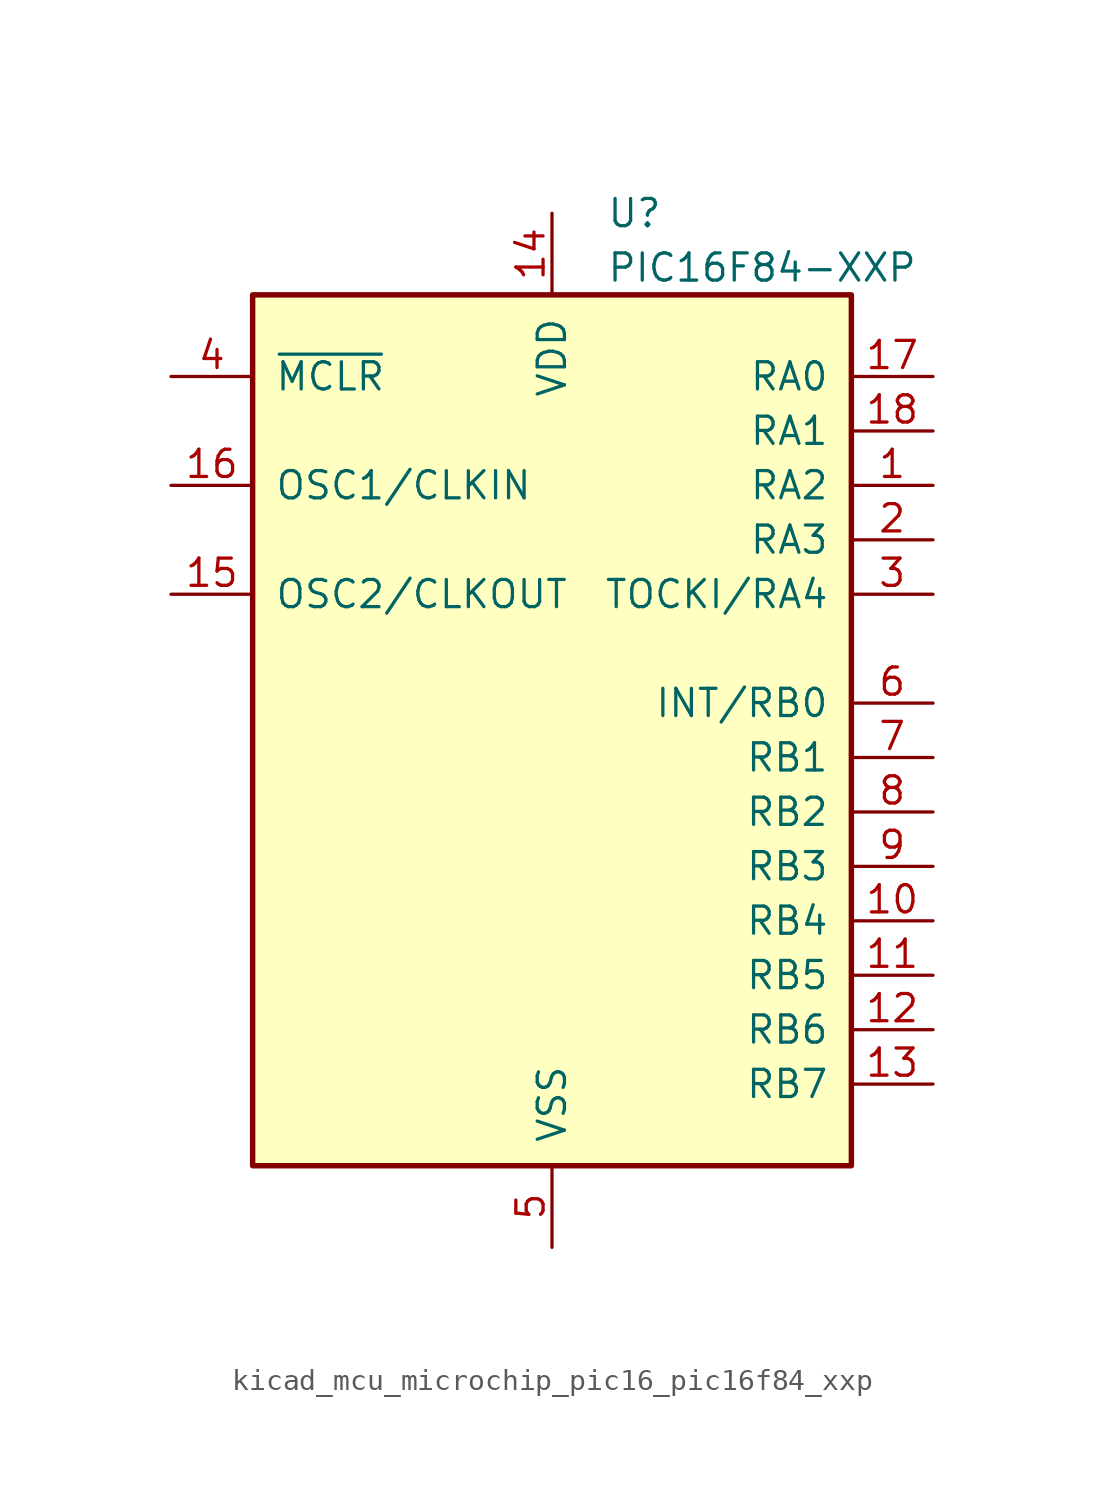
<source format=kicad_sym>
(kicad_symbol_lib
  (version 20220914)
  (generator kicad_symbol_editor)
  (symbol "kicad_mcu_microchip_pic16_pic16f84_xxp"
    (pin_names
      (offset 1.016))
    (property "Reference" "U"
      (at 2.54 22.86 0)
      (effects (font (size 1.27 1.27)) (justify left)))
    (property "Value" "PIC16F84-XXP"
      (at 2.54 20.32 0)
      (effects (font (size 1.27 1.27)) (justify left)))
    (symbol "kicad_mcu_microchip_pic16_pic16f84_xxp_0_1"
      (rectangle (start -13.97 19.05) (end 13.97 -21.59) (stroke (width 0.254) (type default)) (fill (type background))))
    (symbol "kicad_mcu_microchip_pic16_pic16f84_xxp_1_1"
      (pin bidirectional line (at 17.78 10.16 180) (length 3.81) (name "RA2" (effects (font (size 1.27 1.27)))) (number "1" (effects (font (size 1.27 1.27)))))
      (pin bidirectional line (at 17.78 -10.16 180) (length 3.81) (name "RB4" (effects (font (size 1.27 1.27)))) (number "10" (effects (font (size 1.27 1.27)))))
      (pin bidirectional line (at 17.78 -12.7 180) (length 3.81) (name "RB5" (effects (font (size 1.27 1.27)))) (number "11" (effects (font (size 1.27 1.27)))))
      (pin bidirectional line (at 17.78 -15.24 180) (length 3.81) (name "RB6" (effects (font (size 1.27 1.27)))) (number "12" (effects (font (size 1.27 1.27)))))
      (pin bidirectional line (at 17.78 -17.78 180) (length 3.81) (name "RB7" (effects (font (size 1.27 1.27)))) (number "13" (effects (font (size 1.27 1.27)))))
      (pin power_in line (at 0 22.86 270) (length 3.81) (name "VDD" (effects (font (size 1.27 1.27)))) (number "14" (effects (font (size 1.27 1.27)))))
      (pin output line (at -17.78 5.08 0) (length 3.81) (name "OSC2/CLKOUT" (effects (font (size 1.27 1.27)))) (number "15" (effects (font (size 1.27 1.27)))))
      (pin input line (at -17.78 10.16 0) (length 3.81) (name "OSC1/CLKIN" (effects (font (size 1.27 1.27)))) (number "16" (effects (font (size 1.27 1.27)))))
      (pin bidirectional line (at 17.78 15.24 180) (length 3.81) (name "RA0" (effects (font (size 1.27 1.27)))) (number "17" (effects (font (size 1.27 1.27)))))
      (pin bidirectional line (at 17.78 12.7 180) (length 3.81) (name "RA1" (effects (font (size 1.27 1.27)))) (number "18" (effects (font (size 1.27 1.27)))))
      (pin bidirectional line (at 17.78 7.62 180) (length 3.81) (name "RA3" (effects (font (size 1.27 1.27)))) (number "2" (effects (font (size 1.27 1.27)))))
      (pin bidirectional line (at 17.78 5.08 180) (length 3.81) (name "TOCKI/RA4" (effects (font (size 1.27 1.27)))) (number "3" (effects (font (size 1.27 1.27)))))
      (pin input line (at -17.78 15.24 0) (length 3.81) (name "~{MCLR}" (effects (font (size 1.27 1.27)))) (number "4" (effects (font (size 1.27 1.27)))))
      (pin power_in line (at 0 -25.4 90) (length 3.81) (name "VSS" (effects (font (size 1.27 1.27)))) (number "5" (effects (font (size 1.27 1.27)))))
      (pin bidirectional line (at 17.78 0 180) (length 3.81) (name "INT/RB0" (effects (font (size 1.27 1.27)))) (number "6" (effects (font (size 1.27 1.27)))))
      (pin bidirectional line (at 17.78 -2.54 180) (length 3.81) (name "RB1" (effects (font (size 1.27 1.27)))) (number "7" (effects (font (size 1.27 1.27)))))
      (pin bidirectional line (at 17.78 -5.08 180) (length 3.81) (name "RB2" (effects (font (size 1.27 1.27)))) (number "8" (effects (font (size 1.27 1.27)))))
      (pin bidirectional line (at 17.78 -7.62 180) (length 3.81) (name "RB3" (effects (font (size 1.27 1.27)))) (number "9" (effects (font (size 1.27 1.27))))))))
</source>
